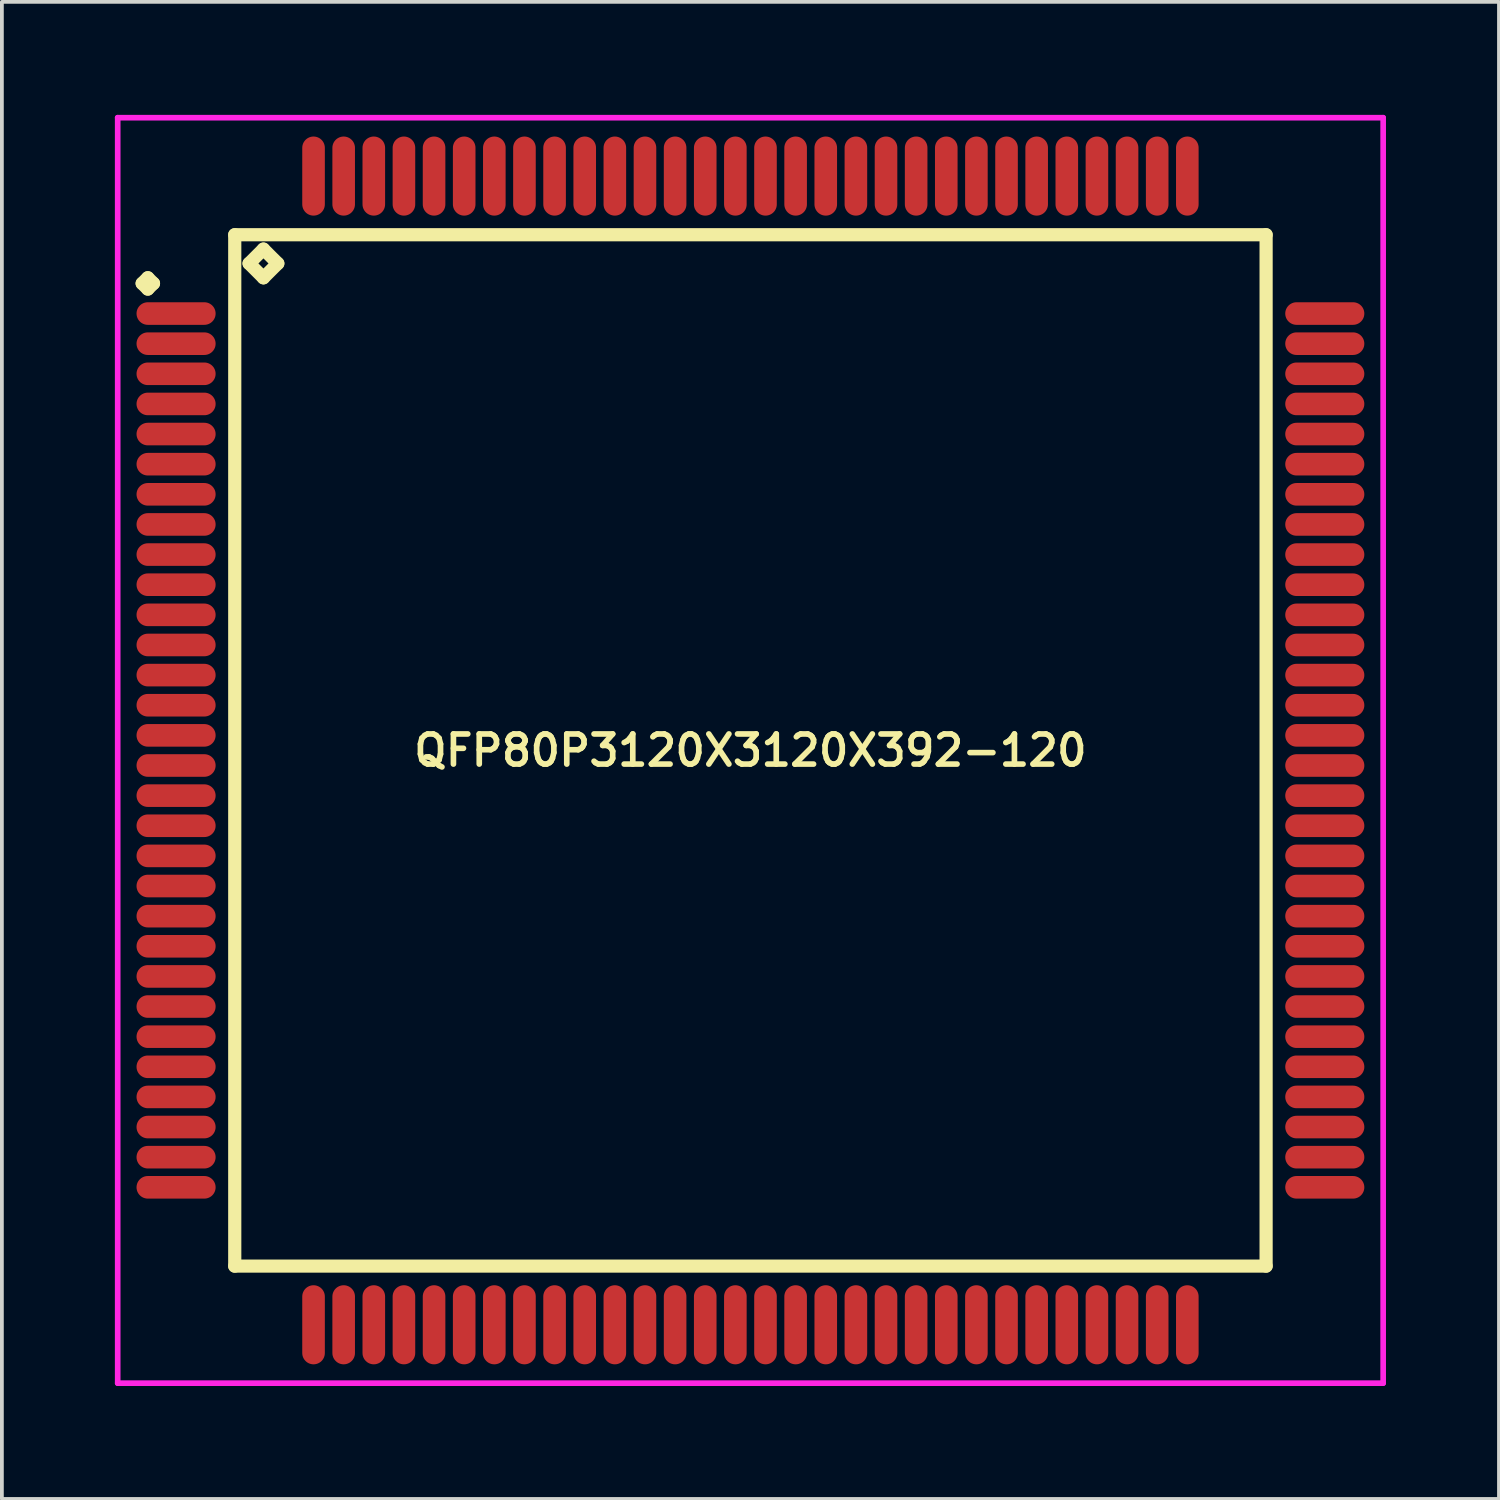
<source format=kicad_pcb>
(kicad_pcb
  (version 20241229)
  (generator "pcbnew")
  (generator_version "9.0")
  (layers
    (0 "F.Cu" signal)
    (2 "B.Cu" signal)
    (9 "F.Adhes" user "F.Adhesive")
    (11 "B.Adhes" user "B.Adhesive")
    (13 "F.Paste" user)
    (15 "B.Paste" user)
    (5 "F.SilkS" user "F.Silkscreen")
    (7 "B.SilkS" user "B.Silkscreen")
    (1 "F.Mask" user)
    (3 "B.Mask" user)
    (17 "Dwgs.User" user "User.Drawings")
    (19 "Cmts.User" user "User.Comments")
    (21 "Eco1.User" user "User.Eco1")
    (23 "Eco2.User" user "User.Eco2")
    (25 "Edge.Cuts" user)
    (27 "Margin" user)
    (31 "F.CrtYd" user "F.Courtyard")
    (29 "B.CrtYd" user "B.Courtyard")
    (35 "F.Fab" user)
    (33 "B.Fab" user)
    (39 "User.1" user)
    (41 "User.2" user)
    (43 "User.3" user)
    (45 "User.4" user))
  (footprint "QFP80P3120X3120X392-120"
    (layer "F.Cu")
    (at 16.875 16.875)
    (property "Reference" "QFP80P3120X3120X392-120" (at 0 0 0) (layer "F.SilkS") (effects (font (size 0.8 0.8) (thickness 0.15))))
    (attr through_hole)
    (fp_line (start -16.15 -12.4) (end -16 -12.55) (stroke (width 0.35) (type solid)) (layer "F.SilkS"))
    (fp_line (start -16 -12.55) (end -15.85 -12.4) (stroke (width 0.35) (type solid)) (layer "F.SilkS"))
    (fp_line (start -16 -12.25) (end -16.15 -12.4) (stroke (width 0.35) (type solid)) (layer "F.SilkS"))
    (fp_line (start -15.85 -12.4) (end -16 -12.25) (stroke (width 0.35) (type solid)) (layer "F.SilkS"))
    (fp_line (start -13.692 -13.692) (end -13.692 13.692) (stroke (width 0.35) (type solid)) (layer "F.SilkS"))
    (fp_line (start -13.692 13.692) (end 13.692 13.692) (stroke (width 0.35) (type solid)) (layer "F.SilkS"))
    (fp_line (start -13.311 -12.93) (end -12.93 -13.311) (stroke (width 0.35) (type solid)) (layer "F.SilkS"))
    (fp_line (start -12.93 -13.311) (end -12.549 -12.93) (stroke (width 0.35) (type solid)) (layer "F.SilkS"))
    (fp_line (start -12.93 -12.549) (end -13.311 -12.93) (stroke (width 0.35) (type solid)) (layer "F.SilkS"))
    (fp_line (start -12.549 -12.93) (end -12.93 -12.549) (stroke (width 0.35) (type solid)) (layer "F.SilkS"))
    (fp_line (start 13.692 -13.692) (end -13.692 -13.692) (stroke (width 0.35) (type solid)) (layer "F.SilkS"))
    (fp_line (start 13.692 13.692) (end 13.692 -13.692) (stroke (width 0.35) (type solid)) (layer "F.SilkS"))
    (fp_line (start -16.8 -16.8) (end 16.8 -16.8) (stroke (width 0.15) (type solid)) (layer "F.CrtYd"))
    (fp_line (start -16.8 16.8) (end -16.8 -16.8) (stroke (width 0.15) (type solid)) (layer "F.CrtYd"))
    (fp_line (start 16.8 -16.8) (end 16.8 16.8) (stroke (width 0.15) (type solid)) (layer "F.CrtYd"))
    (fp_line (start 16.8 16.8) (end -16.8 16.8) (stroke (width 0.15) (type solid)) (layer "F.CrtYd"))
    (pad "1" smd oval (at -15.25 -11.6) (size 2.1 0.6) (layers "F.Cu" "F.Mask" "F.Paste"))
    (pad "2" smd oval (at -15.25 -10.8) (size 2.1 0.6) (layers "F.Cu" "F.Mask" "F.Paste"))
    (pad "3" smd oval (at -15.25 -10) (size 2.1 0.6) (layers "F.Cu" "F.Mask" "F.Paste"))
    (pad "4" smd oval (at -15.25 -9.2) (size 2.1 0.6) (layers "F.Cu" "F.Mask" "F.Paste"))
    (pad "5" smd oval (at -15.25 -8.4) (size 2.1 0.6) (layers "F.Cu" "F.Mask" "F.Paste"))
    (pad "6" smd oval (at -15.25 -7.6) (size 2.1 0.6) (layers "F.Cu" "F.Mask" "F.Paste"))
    (pad "7" smd oval (at -15.25 -6.8) (size 2.1 0.6) (layers "F.Cu" "F.Mask" "F.Paste"))
    (pad "8" smd oval (at -15.25 -6) (size 2.1 0.6) (layers "F.Cu" "F.Mask" "F.Paste"))
    (pad "9" smd oval (at -15.25 -5.2) (size 2.1 0.6) (layers "F.Cu" "F.Mask" "F.Paste"))
    (pad "10" smd oval (at -15.25 -4.4) (size 2.1 0.6) (layers "F.Cu" "F.Mask" "F.Paste"))
    (pad "11" smd oval (at -15.25 -3.6) (size 2.1 0.6) (layers "F.Cu" "F.Mask" "F.Paste"))
    (pad "12" smd oval (at -15.25 -2.8) (size 2.1 0.6) (layers "F.Cu" "F.Mask" "F.Paste"))
    (pad "13" smd oval (at -15.25 -2) (size 2.1 0.6) (layers "F.Cu" "F.Mask" "F.Paste"))
    (pad "14" smd oval (at -15.25 -1.2) (size 2.1 0.6) (layers "F.Cu" "F.Mask" "F.Paste"))
    (pad "15" smd oval (at -15.25 -0.4) (size 2.1 0.6) (layers "F.Cu" "F.Mask" "F.Paste"))
    (pad "16" smd oval (at -15.25 0.4) (size 2.1 0.6) (layers "F.Cu" "F.Mask" "F.Paste"))
    (pad "17" smd oval (at -15.25 1.2) (size 2.1 0.6) (layers "F.Cu" "F.Mask" "F.Paste"))
    (pad "18" smd oval (at -15.25 2) (size 2.1 0.6) (layers "F.Cu" "F.Mask" "F.Paste"))
    (pad "19" smd oval (at -15.25 2.8) (size 2.1 0.6) (layers "F.Cu" "F.Mask" "F.Paste"))
    (pad "20" smd oval (at -15.25 3.6) (size 2.1 0.6) (layers "F.Cu" "F.Mask" "F.Paste"))
    (pad "21" smd oval (at -15.25 4.4) (size 2.1 0.6) (layers "F.Cu" "F.Mask" "F.Paste"))
    (pad "22" smd oval (at -15.25 5.2) (size 2.1 0.6) (layers "F.Cu" "F.Mask" "F.Paste"))
    (pad "23" smd oval (at -15.25 6) (size 2.1 0.6) (layers "F.Cu" "F.Mask" "F.Paste"))
    (pad "24" smd oval (at -15.25 6.8) (size 2.1 0.6) (layers "F.Cu" "F.Mask" "F.Paste"))
    (pad "25" smd oval (at -15.25 7.6) (size 2.1 0.6) (layers "F.Cu" "F.Mask" "F.Paste"))
    (pad "26" smd oval (at -15.25 8.4) (size 2.1 0.6) (layers "F.Cu" "F.Mask" "F.Paste"))
    (pad "27" smd oval (at -15.25 9.2) (size 2.1 0.6) (layers "F.Cu" "F.Mask" "F.Paste"))
    (pad "28" smd oval (at -15.25 10) (size 2.1 0.6) (layers "F.Cu" "F.Mask" "F.Paste"))
    (pad "29" smd oval (at -15.25 10.8) (size 2.1 0.6) (layers "F.Cu" "F.Mask" "F.Paste"))
    (pad "30" smd oval (at -15.25 11.6) (size 2.1 0.6) (layers "F.Cu" "F.Mask" "F.Paste"))
    (pad "31" smd oval (at -11.6 15.25) (size 0.6 2.1) (layers "F.Cu" "F.Mask" "F.Paste"))
    (pad "32" smd oval (at -10.8 15.25) (size 0.6 2.1) (layers "F.Cu" "F.Mask" "F.Paste"))
    (pad "33" smd oval (at -10 15.25) (size 0.6 2.1) (layers "F.Cu" "F.Mask" "F.Paste"))
    (pad "34" smd oval (at -9.2 15.25) (size 0.6 2.1) (layers "F.Cu" "F.Mask" "F.Paste"))
    (pad "35" smd oval (at -8.4 15.25) (size 0.6 2.1) (layers "F.Cu" "F.Mask" "F.Paste"))
    (pad "36" smd oval (at -7.6 15.25) (size 0.6 2.1) (layers "F.Cu" "F.Mask" "F.Paste"))
    (pad "37" smd oval (at -6.8 15.25) (size 0.6 2.1) (layers "F.Cu" "F.Mask" "F.Paste"))
    (pad "38" smd oval (at -6 15.25) (size 0.6 2.1) (layers "F.Cu" "F.Mask" "F.Paste"))
    (pad "39" smd oval (at -5.2 15.25) (size 0.6 2.1) (layers "F.Cu" "F.Mask" "F.Paste"))
    (pad "40" smd oval (at -4.4 15.25) (size 0.6 2.1) (layers "F.Cu" "F.Mask" "F.Paste"))
    (pad "41" smd oval (at -3.6 15.25) (size 0.6 2.1) (layers "F.Cu" "F.Mask" "F.Paste"))
    (pad "42" smd oval (at -2.8 15.25) (size 0.6 2.1) (layers "F.Cu" "F.Mask" "F.Paste"))
    (pad "43" smd oval (at -2 15.25) (size 0.6 2.1) (layers "F.Cu" "F.Mask" "F.Paste"))
    (pad "44" smd oval (at -1.2 15.25) (size 0.6 2.1) (layers "F.Cu" "F.Mask" "F.Paste"))
    (pad "45" smd oval (at -0.4 15.25) (size 0.6 2.1) (layers "F.Cu" "F.Mask" "F.Paste"))
    (pad "46" smd oval (at 0.4 15.25) (size 0.6 2.1) (layers "F.Cu" "F.Mask" "F.Paste"))
    (pad "47" smd oval (at 1.2 15.25) (size 0.6 2.1) (layers "F.Cu" "F.Mask" "F.Paste"))
    (pad "48" smd oval (at 2 15.25) (size 0.6 2.1) (layers "F.Cu" "F.Mask" "F.Paste"))
    (pad "49" smd oval (at 2.8 15.25) (size 0.6 2.1) (layers "F.Cu" "F.Mask" "F.Paste"))
    (pad "50" smd oval (at 3.6 15.25) (size 0.6 2.1) (layers "F.Cu" "F.Mask" "F.Paste"))
    (pad "51" smd oval (at 4.4 15.25) (size 0.6 2.1) (layers "F.Cu" "F.Mask" "F.Paste"))
    (pad "52" smd oval (at 5.2 15.25) (size 0.6 2.1) (layers "F.Cu" "F.Mask" "F.Paste"))
    (pad "53" smd oval (at 6 15.25) (size 0.6 2.1) (layers "F.Cu" "F.Mask" "F.Paste"))
    (pad "54" smd oval (at 6.8 15.25) (size 0.6 2.1) (layers "F.Cu" "F.Mask" "F.Paste"))
    (pad "55" smd oval (at 7.6 15.25) (size 0.6 2.1) (layers "F.Cu" "F.Mask" "F.Paste"))
    (pad "56" smd oval (at 8.4 15.25) (size 0.6 2.1) (layers "F.Cu" "F.Mask" "F.Paste"))
    (pad "57" smd oval (at 9.2 15.25) (size 0.6 2.1) (layers "F.Cu" "F.Mask" "F.Paste"))
    (pad "58" smd oval (at 10 15.25) (size 0.6 2.1) (layers "F.Cu" "F.Mask" "F.Paste"))
    (pad "59" smd oval (at 10.8 15.25) (size 0.6 2.1) (layers "F.Cu" "F.Mask" "F.Paste"))
    (pad "60" smd oval (at 11.6 15.25) (size 0.6 2.1) (layers "F.Cu" "F.Mask" "F.Paste"))
    (pad "61" smd oval (at 15.25 11.6) (size 2.1 0.6) (layers "F.Cu" "F.Mask" "F.Paste"))
    (pad "62" smd oval (at 15.25 10.8) (size 2.1 0.6) (layers "F.Cu" "F.Mask" "F.Paste"))
    (pad "63" smd oval (at 15.25 10) (size 2.1 0.6) (layers "F.Cu" "F.Mask" "F.Paste"))
    (pad "64" smd oval (at 15.25 9.2) (size 2.1 0.6) (layers "F.Cu" "F.Mask" "F.Paste"))
    (pad "65" smd oval (at 15.25 8.4) (size 2.1 0.6) (layers "F.Cu" "F.Mask" "F.Paste"))
    (pad "66" smd oval (at 15.25 7.6) (size 2.1 0.6) (layers "F.Cu" "F.Mask" "F.Paste"))
    (pad "67" smd oval (at 15.25 6.8) (size 2.1 0.6) (layers "F.Cu" "F.Mask" "F.Paste"))
    (pad "68" smd oval (at 15.25 6) (size 2.1 0.6) (layers "F.Cu" "F.Mask" "F.Paste"))
    (pad "69" smd oval (at 15.25 5.2) (size 2.1 0.6) (layers "F.Cu" "F.Mask" "F.Paste"))
    (pad "70" smd oval (at 15.25 4.4) (size 2.1 0.6) (layers "F.Cu" "F.Mask" "F.Paste"))
    (pad "71" smd oval (at 15.25 3.6) (size 2.1 0.6) (layers "F.Cu" "F.Mask" "F.Paste"))
    (pad "72" smd oval (at 15.25 2.8) (size 2.1 0.6) (layers "F.Cu" "F.Mask" "F.Paste"))
    (pad "73" smd oval (at 15.25 2) (size 2.1 0.6) (layers "F.Cu" "F.Mask" "F.Paste"))
    (pad "74" smd oval (at 15.25 1.2) (size 2.1 0.6) (layers "F.Cu" "F.Mask" "F.Paste"))
    (pad "75" smd oval (at 15.25 0.4) (size 2.1 0.6) (layers "F.Cu" "F.Mask" "F.Paste"))
    (pad "76" smd oval (at 15.25 -0.4) (size 2.1 0.6) (layers "F.Cu" "F.Mask" "F.Paste"))
    (pad "77" smd oval (at 15.25 -1.2) (size 2.1 0.6) (layers "F.Cu" "F.Mask" "F.Paste"))
    (pad "78" smd oval (at 15.25 -2) (size 2.1 0.6) (layers "F.Cu" "F.Mask" "F.Paste"))
    (pad "79" smd oval (at 15.25 -2.8) (size 2.1 0.6) (layers "F.Cu" "F.Mask" "F.Paste"))
    (pad "80" smd oval (at 15.25 -3.6) (size 2.1 0.6) (layers "F.Cu" "F.Mask" "F.Paste"))
    (pad "81" smd oval (at 15.25 -4.4) (size 2.1 0.6) (layers "F.Cu" "F.Mask" "F.Paste"))
    (pad "82" smd oval (at 15.25 -5.2) (size 2.1 0.6) (layers "F.Cu" "F.Mask" "F.Paste"))
    (pad "83" smd oval (at 15.25 -6) (size 2.1 0.6) (layers "F.Cu" "F.Mask" "F.Paste"))
    (pad "84" smd oval (at 15.25 -6.8) (size 2.1 0.6) (layers "F.Cu" "F.Mask" "F.Paste"))
    (pad "85" smd oval (at 15.25 -7.6) (size 2.1 0.6) (layers "F.Cu" "F.Mask" "F.Paste"))
    (pad "86" smd oval (at 15.25 -8.4) (size 2.1 0.6) (layers "F.Cu" "F.Mask" "F.Paste"))
    (pad "87" smd oval (at 15.25 -9.2) (size 2.1 0.6) (layers "F.Cu" "F.Mask" "F.Paste"))
    (pad "88" smd oval (at 15.25 -10) (size 2.1 0.6) (layers "F.Cu" "F.Mask" "F.Paste"))
    (pad "89" smd oval (at 15.25 -10.8) (size 2.1 0.6) (layers "F.Cu" "F.Mask" "F.Paste"))
    (pad "90" smd oval (at 15.25 -11.6) (size 2.1 0.6) (layers "F.Cu" "F.Mask" "F.Paste"))
    (pad "91" smd oval (at 11.6 -15.25) (size 0.6 2.1) (layers "F.Cu" "F.Mask" "F.Paste"))
    (pad "92" smd oval (at 10.8 -15.25) (size 0.6 2.1) (layers "F.Cu" "F.Mask" "F.Paste"))
    (pad "93" smd oval (at 10 -15.25) (size 0.6 2.1) (layers "F.Cu" "F.Mask" "F.Paste"))
    (pad "94" smd oval (at 9.2 -15.25) (size 0.6 2.1) (layers "F.Cu" "F.Mask" "F.Paste"))
    (pad "95" smd oval (at 8.4 -15.25) (size 0.6 2.1) (layers "F.Cu" "F.Mask" "F.Paste"))
    (pad "96" smd oval (at 7.6 -15.25) (size 0.6 2.1) (layers "F.Cu" "F.Mask" "F.Paste"))
    (pad "97" smd oval (at 6.8 -15.25) (size 0.6 2.1) (layers "F.Cu" "F.Mask" "F.Paste"))
    (pad "98" smd oval (at 6 -15.25) (size 0.6 2.1) (layers "F.Cu" "F.Mask" "F.Paste"))
    (pad "99" smd oval (at 5.2 -15.25) (size 0.6 2.1) (layers "F.Cu" "F.Mask" "F.Paste"))
    (pad "100" smd oval (at 4.4 -15.25) (size 0.6 2.1) (layers "F.Cu" "F.Mask" "F.Paste"))
    (pad "101" smd oval (at 3.6 -15.25) (size 0.6 2.1) (layers "F.Cu" "F.Mask" "F.Paste"))
    (pad "102" smd oval (at 2.8 -15.25) (size 0.6 2.1) (layers "F.Cu" "F.Mask" "F.Paste"))
    (pad "103" smd oval (at 2 -15.25) (size 0.6 2.1) (layers "F.Cu" "F.Mask" "F.Paste"))
    (pad "104" smd oval (at 1.2 -15.25) (size 0.6 2.1) (layers "F.Cu" "F.Mask" "F.Paste"))
    (pad "105" smd oval (at 0.4 -15.25) (size 0.6 2.1) (layers "F.Cu" "F.Mask" "F.Paste"))
    (pad "106" smd oval (at -0.4 -15.25) (size 0.6 2.1) (layers "F.Cu" "F.Mask" "F.Paste"))
    (pad "107" smd oval (at -1.2 -15.25) (size 0.6 2.1) (layers "F.Cu" "F.Mask" "F.Paste"))
    (pad "108" smd oval (at -2 -15.25) (size 0.6 2.1) (layers "F.Cu" "F.Mask" "F.Paste"))
    (pad "109" smd oval (at -2.8 -15.25) (size 0.6 2.1) (layers "F.Cu" "F.Mask" "F.Paste"))
    (pad "110" smd oval (at -3.6 -15.25) (size 0.6 2.1) (layers "F.Cu" "F.Mask" "F.Paste"))
    (pad "111" smd oval (at -4.4 -15.25) (size 0.6 2.1) (layers "F.Cu" "F.Mask" "F.Paste"))
    (pad "112" smd oval (at -5.2 -15.25) (size 0.6 2.1) (layers "F.Cu" "F.Mask" "F.Paste"))
    (pad "113" smd oval (at -6 -15.25) (size 0.6 2.1) (layers "F.Cu" "F.Mask" "F.Paste"))
    (pad "114" smd oval (at -6.8 -15.25) (size 0.6 2.1) (layers "F.Cu" "F.Mask" "F.Paste"))
    (pad "115" smd oval (at -7.6 -15.25) (size 0.6 2.1) (layers "F.Cu" "F.Mask" "F.Paste"))
    (pad "116" smd oval (at -8.4 -15.25) (size 0.6 2.1) (layers "F.Cu" "F.Mask" "F.Paste"))
    (pad "117" smd oval (at -9.2 -15.25) (size 0.6 2.1) (layers "F.Cu" "F.Mask" "F.Paste"))
    (pad "118" smd oval (at -10 -15.25) (size 0.6 2.1) (layers "F.Cu" "F.Mask" "F.Paste"))
    (pad "119" smd oval (at -10.8 -15.25) (size 0.6 2.1) (layers "F.Cu" "F.Mask" "F.Paste"))
    (pad "120" smd oval (at -11.6 -15.25) (size 0.6 2.1) (layers "F.Cu" "F.Mask" "F.Paste")))
  (gr_rect
    (start -3 -3)
    (end 36.75 36.75)
    (stroke (width 0.1) (type default))
    (fill no)
    (layer "Edge.Cuts")))
</source>
